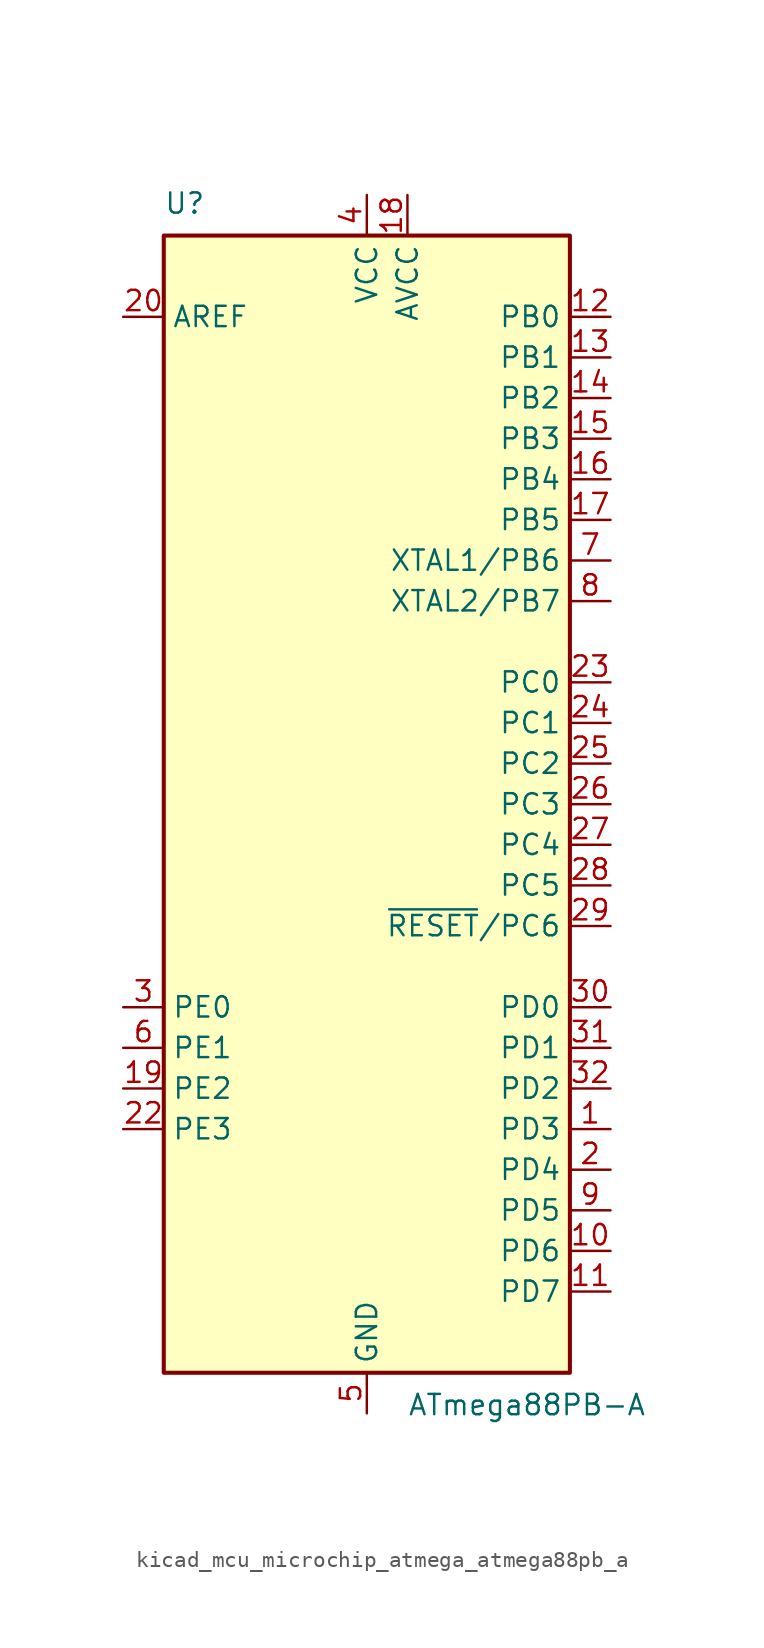
<source format=kicad_sym>
(kicad_symbol_lib
  (version 20220914)
  (generator kicad_symbol_editor)
  (symbol "kicad_mcu_microchip_atmega_atmega88pb_a"
    (property "Reference" "U"
      (at -12.7 36.83 0)
      (effects (font (size 1.27 1.27)) (justify left bottom)))
    (property "Value" "ATmega88PB-A"
      (at 2.54 -36.83 0)
      (effects (font (size 1.27 1.27)) (justify left top)))
    (symbol "kicad_mcu_microchip_atmega_atmega88pb_a_0_1"
      (rectangle (start -12.7 -35.56) (end 12.7 35.56) (stroke (width 0.254) (type default)) (fill (type background))))
    (symbol "kicad_mcu_microchip_atmega_atmega88pb_a_1_1"
      (pin bidirectional line (at 15.24 -20.32 180) (length 2.54) (name "PD3" (effects (font (size 1.27 1.27)))) (number "1" (effects (font (size 1.27 1.27)))))
      (pin bidirectional line (at 15.24 -27.94 180) (length 2.54) (name "PD6" (effects (font (size 1.27 1.27)))) (number "10" (effects (font (size 1.27 1.27)))))
      (pin bidirectional line (at 15.24 -30.48 180) (length 2.54) (name "PD7" (effects (font (size 1.27 1.27)))) (number "11" (effects (font (size 1.27 1.27)))))
      (pin bidirectional line (at 15.24 30.48 180) (length 2.54) (name "PB0" (effects (font (size 1.27 1.27)))) (number "12" (effects (font (size 1.27 1.27)))))
      (pin bidirectional line (at 15.24 27.94 180) (length 2.54) (name "PB1" (effects (font (size 1.27 1.27)))) (number "13" (effects (font (size 1.27 1.27)))))
      (pin bidirectional line (at 15.24 25.4 180) (length 2.54) (name "PB2" (effects (font (size 1.27 1.27)))) (number "14" (effects (font (size 1.27 1.27)))))
      (pin bidirectional line (at 15.24 22.86 180) (length 2.54) (name "PB3" (effects (font (size 1.27 1.27)))) (number "15" (effects (font (size 1.27 1.27)))))
      (pin bidirectional line (at 15.24 20.32 180) (length 2.54) (name "PB4" (effects (font (size 1.27 1.27)))) (number "16" (effects (font (size 1.27 1.27)))))
      (pin bidirectional line (at 15.24 17.78 180) (length 2.54) (name "PB5" (effects (font (size 1.27 1.27)))) (number "17" (effects (font (size 1.27 1.27)))))
      (pin power_in line (at 2.54 38.1 270) (length 2.54) (name "AVCC" (effects (font (size 1.27 1.27)))) (number "18" (effects (font (size 1.27 1.27)))))
      (pin bidirectional line (at -15.24 -17.78 0) (length 2.54) (name "PE2" (effects (font (size 1.27 1.27)))) (number "19" (effects (font (size 1.27 1.27)))))
      (pin bidirectional line (at 15.24 -22.86 180) (length 2.54) (name "PD4" (effects (font (size 1.27 1.27)))) (number "2" (effects (font (size 1.27 1.27)))))
      (pin passive line (at -15.24 30.48 0) (length 2.54) (name "AREF" (effects (font (size 1.27 1.27)))) (number "20" (effects (font (size 1.27 1.27)))))
      (pin passive line (at 0 -38.1 90) (length 2.54) hide (name "GND" (effects (font (size 1.27 1.27)))) (number "21" (effects (font (size 1.27 1.27)))))
      (pin bidirectional line (at -15.24 -20.32 0) (length 2.54) (name "PE3" (effects (font (size 1.27 1.27)))) (number "22" (effects (font (size 1.27 1.27)))))
      (pin bidirectional line (at 15.24 7.62 180) (length 2.54) (name "PC0" (effects (font (size 1.27 1.27)))) (number "23" (effects (font (size 1.27 1.27)))))
      (pin bidirectional line (at 15.24 5.08 180) (length 2.54) (name "PC1" (effects (font (size 1.27 1.27)))) (number "24" (effects (font (size 1.27 1.27)))))
      (pin bidirectional line (at 15.24 2.54 180) (length 2.54) (name "PC2" (effects (font (size 1.27 1.27)))) (number "25" (effects (font (size 1.27 1.27)))))
      (pin bidirectional line (at 15.24 0 180) (length 2.54) (name "PC3" (effects (font (size 1.27 1.27)))) (number "26" (effects (font (size 1.27 1.27)))))
      (pin bidirectional line (at 15.24 -2.54 180) (length 2.54) (name "PC4" (effects (font (size 1.27 1.27)))) (number "27" (effects (font (size 1.27 1.27)))))
      (pin bidirectional line (at 15.24 -5.08 180) (length 2.54) (name "PC5" (effects (font (size 1.27 1.27)))) (number "28" (effects (font (size 1.27 1.27)))))
      (pin bidirectional line (at 15.24 -7.62 180) (length 2.54) (name "~{RESET}/PC6" (effects (font (size 1.27 1.27)))) (number "29" (effects (font (size 1.27 1.27)))))
      (pin bidirectional line (at -15.24 -12.7 0) (length 2.54) (name "PE0" (effects (font (size 1.27 1.27)))) (number "3" (effects (font (size 1.27 1.27)))))
      (pin bidirectional line (at 15.24 -12.7 180) (length 2.54) (name "PD0" (effects (font (size 1.27 1.27)))) (number "30" (effects (font (size 1.27 1.27)))))
      (pin bidirectional line (at 15.24 -15.24 180) (length 2.54) (name "PD1" (effects (font (size 1.27 1.27)))) (number "31" (effects (font (size 1.27 1.27)))))
      (pin bidirectional line (at 15.24 -17.78 180) (length 2.54) (name "PD2" (effects (font (size 1.27 1.27)))) (number "32" (effects (font (size 1.27 1.27)))))
      (pin power_in line (at 0 38.1 270) (length 2.54) (name "VCC" (effects (font (size 1.27 1.27)))) (number "4" (effects (font (size 1.27 1.27)))))
      (pin power_in line (at 0 -38.1 90) (length 2.54) (name "GND" (effects (font (size 1.27 1.27)))) (number "5" (effects (font (size 1.27 1.27)))))
      (pin bidirectional line (at -15.24 -15.24 0) (length 2.54) (name "PE1" (effects (font (size 1.27 1.27)))) (number "6" (effects (font (size 1.27 1.27)))))
      (pin bidirectional line (at 15.24 15.24 180) (length 2.54) (name "XTAL1/PB6" (effects (font (size 1.27 1.27)))) (number "7" (effects (font (size 1.27 1.27)))))
      (pin bidirectional line (at 15.24 12.7 180) (length 2.54) (name "XTAL2/PB7" (effects (font (size 1.27 1.27)))) (number "8" (effects (font (size 1.27 1.27)))))
      (pin bidirectional line (at 15.24 -25.4 180) (length 2.54) (name "PD5" (effects (font (size 1.27 1.27)))) (number "9" (effects (font (size 1.27 1.27))))))))
</source>
